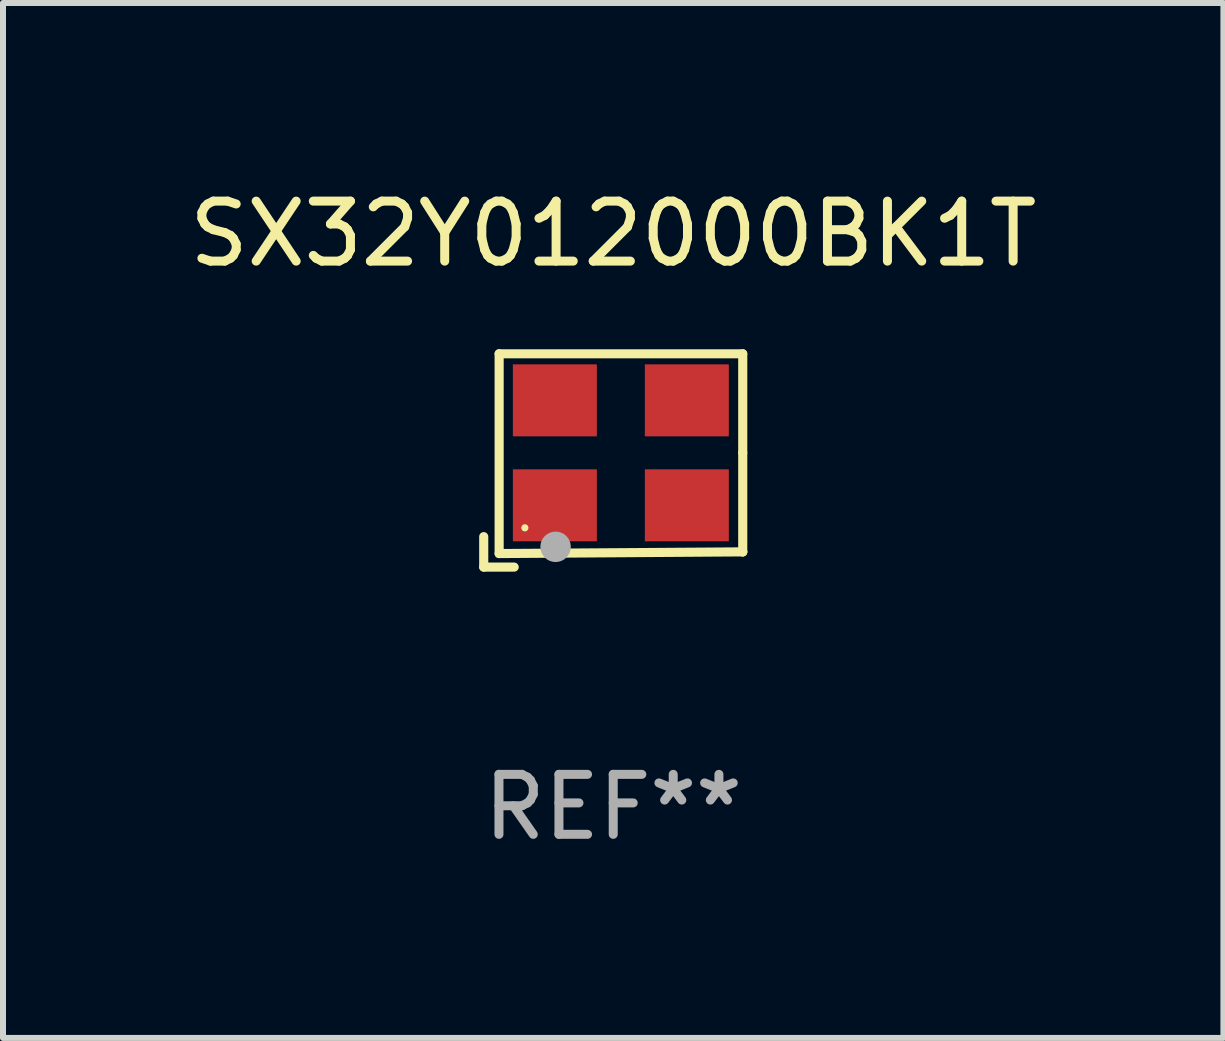
<source format=kicad_pcb>
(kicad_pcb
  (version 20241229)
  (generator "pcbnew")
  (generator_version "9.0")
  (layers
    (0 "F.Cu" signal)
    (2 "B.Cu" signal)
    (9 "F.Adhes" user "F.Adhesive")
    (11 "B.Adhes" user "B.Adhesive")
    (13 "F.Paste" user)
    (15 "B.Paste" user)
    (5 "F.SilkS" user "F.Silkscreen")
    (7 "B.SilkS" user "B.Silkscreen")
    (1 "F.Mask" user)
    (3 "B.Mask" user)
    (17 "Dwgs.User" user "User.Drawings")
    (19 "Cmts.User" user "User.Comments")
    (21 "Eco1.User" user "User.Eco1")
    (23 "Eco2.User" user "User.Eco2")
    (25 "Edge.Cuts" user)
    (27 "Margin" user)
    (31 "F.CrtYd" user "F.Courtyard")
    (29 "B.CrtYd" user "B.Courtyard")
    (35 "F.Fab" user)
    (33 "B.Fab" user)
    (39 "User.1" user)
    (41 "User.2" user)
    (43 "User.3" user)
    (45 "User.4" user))
  (footprint "SX32Y012000BK1T"
    (layer "F.Cu")
    (at 7.173 4.626)
    (property "Reference" "SX32Y012000BK1T" (at 0 -3.778 0) (layer "F.SilkS") (effects (font (size 1 1) (thickness 0.15))))
    (attr through_hole)
    (fp_line (start -2.159 1.27) (end -2.159 1.778) (stroke (width 0.152) (type solid)) (layer "F.SilkS"))
    (fp_line (start -2.159 1.778) (end -1.651 1.778) (stroke (width 0.152) (type solid)) (layer "F.SilkS"))
    (fp_line (start -1.902 -1.778) (end 2.159 -1.778) (stroke (width 0.152) (type solid)) (layer "F.SilkS"))
    (fp_line (start -1.902 1.552) (end -1.902 -1.778) (stroke (width 0.152) (type solid)) (layer "F.SilkS"))
    (fp_line (start 2.159 -1.778) (end 2.159 -0.127) (stroke (width 0.152) (type solid)) (layer "F.SilkS"))
    (fp_line (start 2.159 -0.127) (end 2.159 1.524) (stroke (width 0.152) (type solid)) (layer "F.SilkS"))
    (fp_line (start 2.159 1.524) (end -1.902 1.552) (stroke (width 0.152) (type solid)) (layer "F.SilkS"))
    (fp_line (start 2.159 1.524) (end 2.159 1.524) (stroke (width 0.152) (type solid)) (layer "F.SilkS"))
    (fp_circle (center -1.473 1.123) (end -1.443 1.123) (stroke (width 0.06) (type solid)) (fill no) (layer "F.SilkS"))
    (fp_circle (center -0.961 1.44) (end -0.834 1.44) (stroke (width 0.254) (type solid)) (fill no) (layer "F.Fab"))
    (fp_text user "REF**" (at 0 5.778 0) (layer "F.Fab") (effects (font (size 1 1) (thickness 0.15))))
    (pad "1" smd rect (at -0.973 0.748) (size 1.4 1.2) (layers "F.Cu" "F.Mask" "F.Paste"))
    (pad "2" smd rect (at 1.227 0.748) (size 1.4 1.2) (layers "F.Cu" "F.Mask" "F.Paste"))
    (pad "3" smd rect (at 1.227 -1.002) (size 1.4 1.2) (layers "F.Cu" "F.Mask" "F.Paste"))
    (pad "4" smd rect (at -0.973 -1.002) (size 1.4 1.2) (layers "F.Cu" "F.Mask" "F.Paste")))
  (gr_rect
    (start -3 -3)
    (end 17.345 14.253)
    (stroke (width 0.1) (type default))
    (fill no)
    (layer "Edge.Cuts")))
</source>
